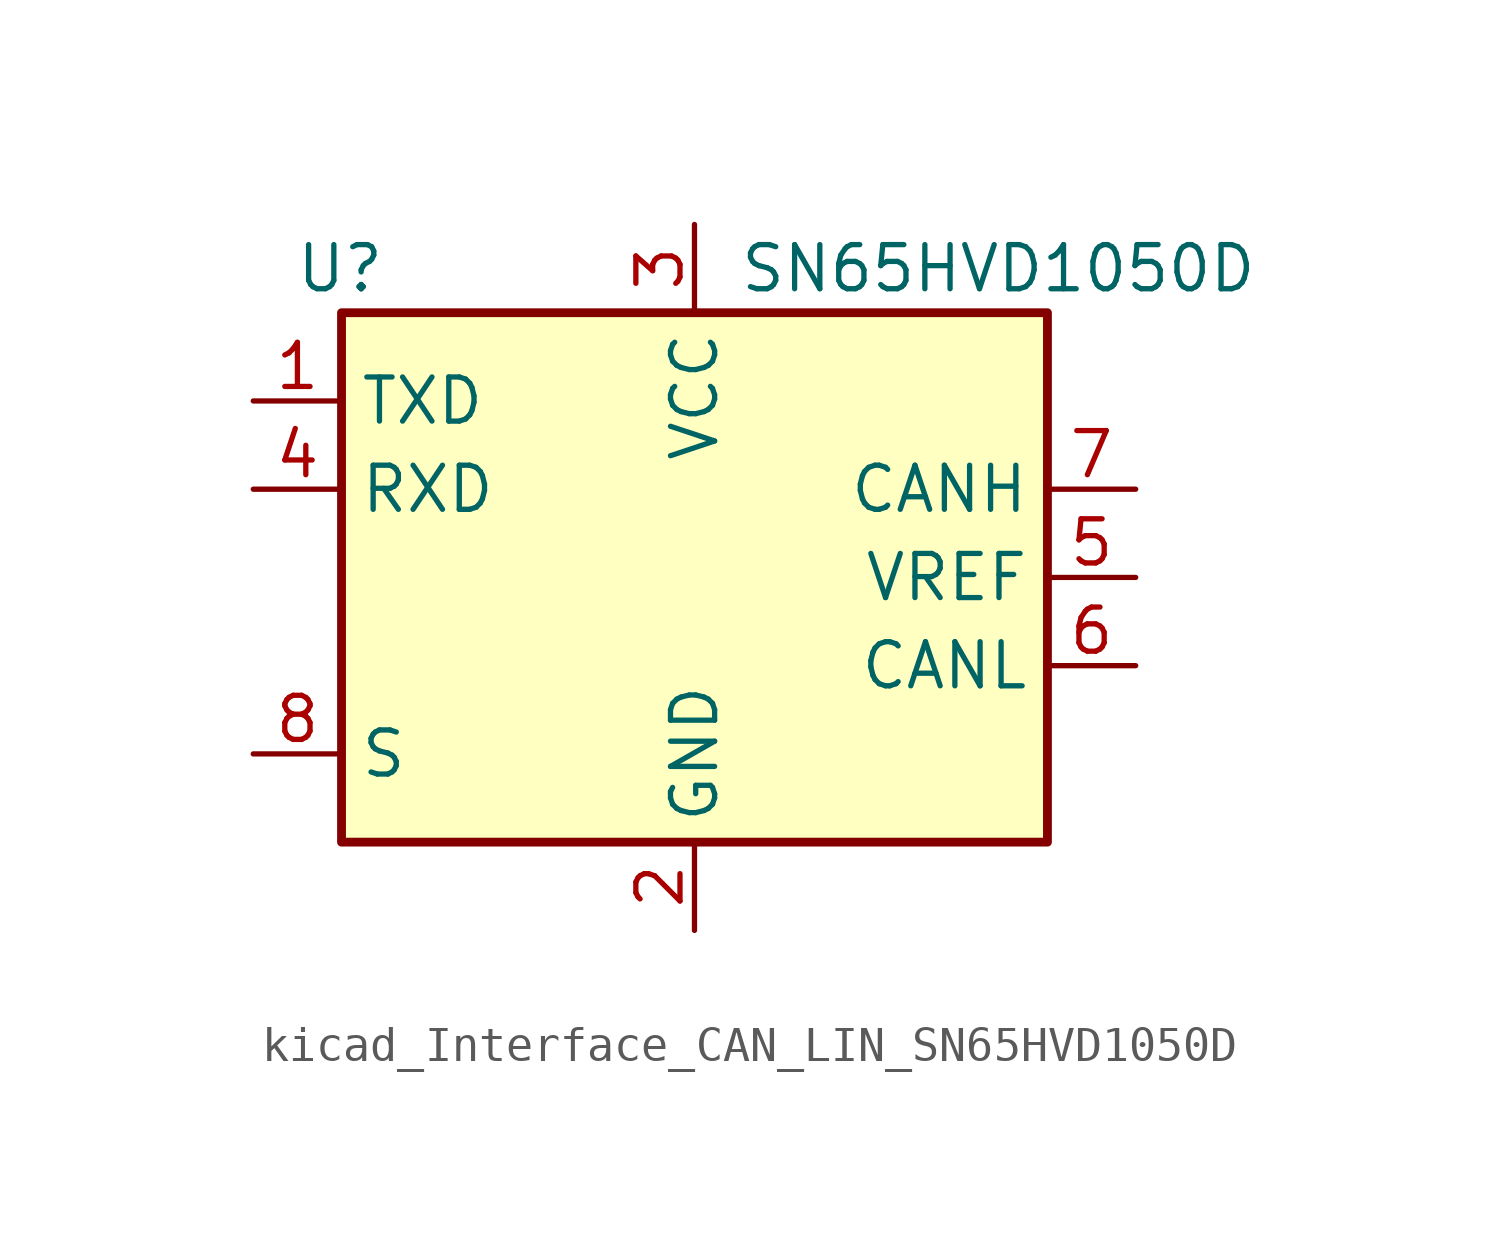
<source format=kicad_sym>
(kicad_symbol_lib
  (version 20220914)
  (generator kicad_symbol_editor)
  (symbol "kicad_Interface_CAN_LIN_SN65HVD1050D"
    (property "Reference" "U"
      (at -8.89 8.89 0)
      (effects (font (size 1.27 1.27)) (justify right)))
    (property "Value" "SN65HVD1050D"
      (at 1.27 8.89 0)
      (effects (font (size 1.27 1.27)) (justify left)))
    (symbol "kicad_Interface_CAN_LIN_SN65HVD1050D_0_1"
      (rectangle (start -10.16 7.62) (end 10.16 -7.62) (stroke (width 0.254) (type default)) (fill (type background))))
    (symbol "kicad_Interface_CAN_LIN_SN65HVD1050D_1_1"
      (pin input line (at -12.7 5.08 0) (length 2.54) (name "TXD" (effects (font (size 1.27 1.27)))) (number "1" (effects (font (size 1.27 1.27)))))
      (pin power_in line (at 0 -10.16 90) (length 2.54) (name "GND" (effects (font (size 1.27 1.27)))) (number "2" (effects (font (size 1.27 1.27)))))
      (pin power_in line (at 0 10.16 270) (length 2.54) (name "VCC" (effects (font (size 1.27 1.27)))) (number "3" (effects (font (size 1.27 1.27)))))
      (pin output line (at -12.7 2.54 0) (length 2.54) (name "RXD" (effects (font (size 1.27 1.27)))) (number "4" (effects (font (size 1.27 1.27)))))
      (pin passive line (at 12.7 0 180) (length 2.54) (name "VREF" (effects (font (size 1.27 1.27)))) (number "5" (effects (font (size 1.27 1.27)))))
      (pin bidirectional line (at 12.7 -2.54 180) (length 2.54) (name "CANL" (effects (font (size 1.27 1.27)))) (number "6" (effects (font (size 1.27 1.27)))))
      (pin bidirectional line (at 12.7 2.54 180) (length 2.54) (name "CANH" (effects (font (size 1.27 1.27)))) (number "7" (effects (font (size 1.27 1.27)))))
      (pin input line (at -12.7 -5.08 0) (length 2.54) (name "S" (effects (font (size 1.27 1.27)))) (number "8" (effects (font (size 1.27 1.27))))))))
</source>
